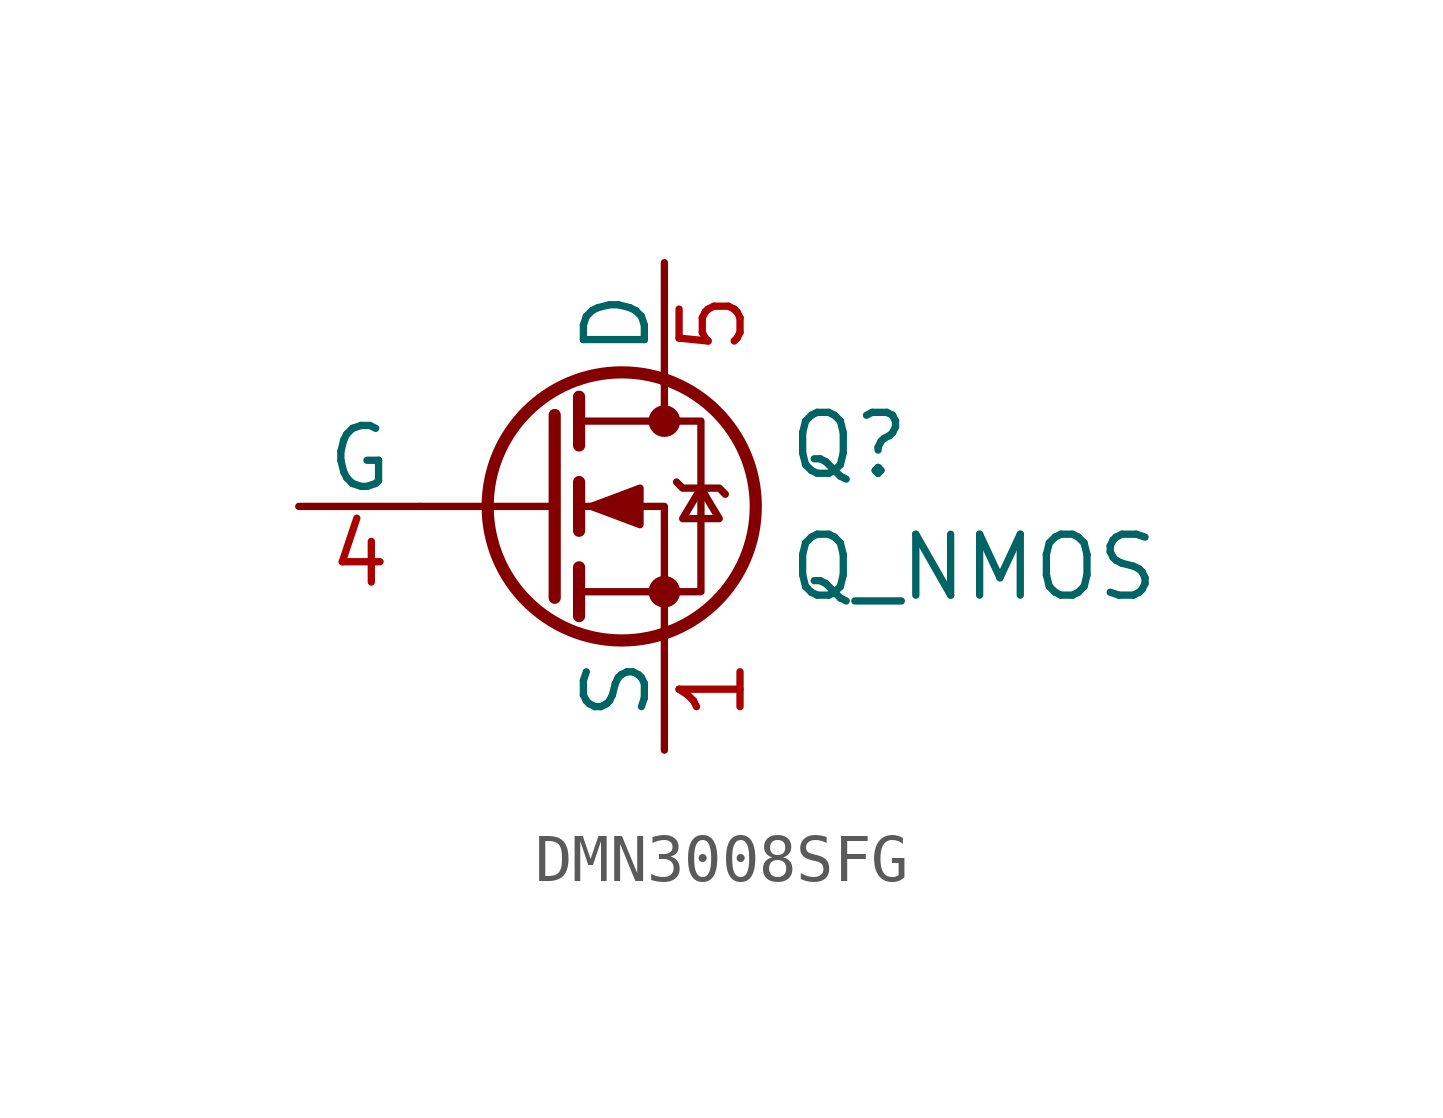
<source format=kicad_sym>
(kicad_symbol_lib
  (version 20220914)
  (generator kicad_symbol_editor)
  (symbol "DMN3008SFG"
    (pin_names
      (offset 0))
    (property "Reference" "Q"
      (at 5.08 1.27 0)
      (effects (font (size 1.27 1.27)) (justify left)))
    (property "Value" "Q_NMOS"
      (at 5.08 -1.27 0)
      (effects (font (size 1.27 1.27)) (justify left)))
    (symbol "DMN3008SFG_0_1"
      (polyline (pts (xy 0.254 0) (xy -2.54 0)) (stroke (width 0) (type default)) (fill (type none)))
      (polyline (pts (xy 0.254 1.905) (xy 0.254 -1.905)) (stroke (width 0.254) (type default)) (fill (type none)))
      (polyline (pts (xy 0.762 -1.27) (xy 0.762 -2.286)) (stroke (width 0.254) (type default)) (fill (type none)))
      (polyline (pts (xy 0.762 0.508) (xy 0.762 -0.508)) (stroke (width 0.254) (type default)) (fill (type none)))
      (polyline (pts (xy 0.762 2.286) (xy 0.762 1.27)) (stroke (width 0.254) (type default)) (fill (type none)))
      (polyline (pts (xy 2.54 2.54) (xy 2.54 1.778)) (stroke (width 0) (type default)) (fill (type none)))
      (polyline (pts (xy 2.54 -2.54) (xy 2.54 0) (xy 0.762 0)) (stroke (width 0) (type default)) (fill (type none)))
      (polyline (pts (xy 0.762 -1.778) (xy 3.302 -1.778) (xy 3.302 1.778) (xy 0.762 1.778)) (stroke (width 0) (type default)) (fill (type none)))
      (polyline (pts (xy 1.016 0) (xy 2.032 0.381) (xy 2.032 -0.381) (xy 1.016 0)) (stroke (width 0) (type default)) (fill (type outline)))
      (polyline (pts (xy 2.794 0.508) (xy 2.921 0.381) (xy 3.683 0.381) (xy 3.81 0.254)) (stroke (width 0) (type default)) (fill (type none)))
      (polyline (pts (xy 3.302 0.381) (xy 2.921 -0.254) (xy 3.683 -0.254) (xy 3.302 0.381)) (stroke (width 0) (type default)) (fill (type none)))
      (circle (center 1.651 0) (radius 2.794) (stroke (width 0.254) (type default)) (fill (type none)))
      (circle (center 2.54 -1.778) (radius 0.254) (stroke (width 0) (type default)) (fill (type outline)))
      (circle (center 2.54 1.778) (radius 0.254) (stroke (width 0) (type default)) (fill (type outline))))
    (symbol "DMN3008SFG_1_1"
      (pin passive line (at 2.54 -5.08 90) (length 2.54) (name "S" (effects (font (size 1.27 1.27)))) (number "1" (effects (font (size 1.27 1.27)))))
      (pin passive line (at 2.54 -5.08 90) (length 2.54) hide (name "S" (effects (font (size 1.27 1.27)))) (number "2" (effects (font (size 1.27 1.27)))))
      (pin passive line (at 2.54 -5.08 90) (length 2.54) hide (name "S" (effects (font (size 1.27 1.27)))) (number "3" (effects (font (size 1.27 1.27)))))
      (pin input line (at -5.08 0 0) (length 2.54) (name "G" (effects (font (size 1.27 1.27)))) (number "4" (effects (font (size 1.27 1.27)))))
      (pin passive line (at 2.54 5.08 270) (length 2.54) (name "D" (effects (font (size 1.27 1.27)))) (number "5" (effects (font (size 1.27 1.27))))))))
</source>
